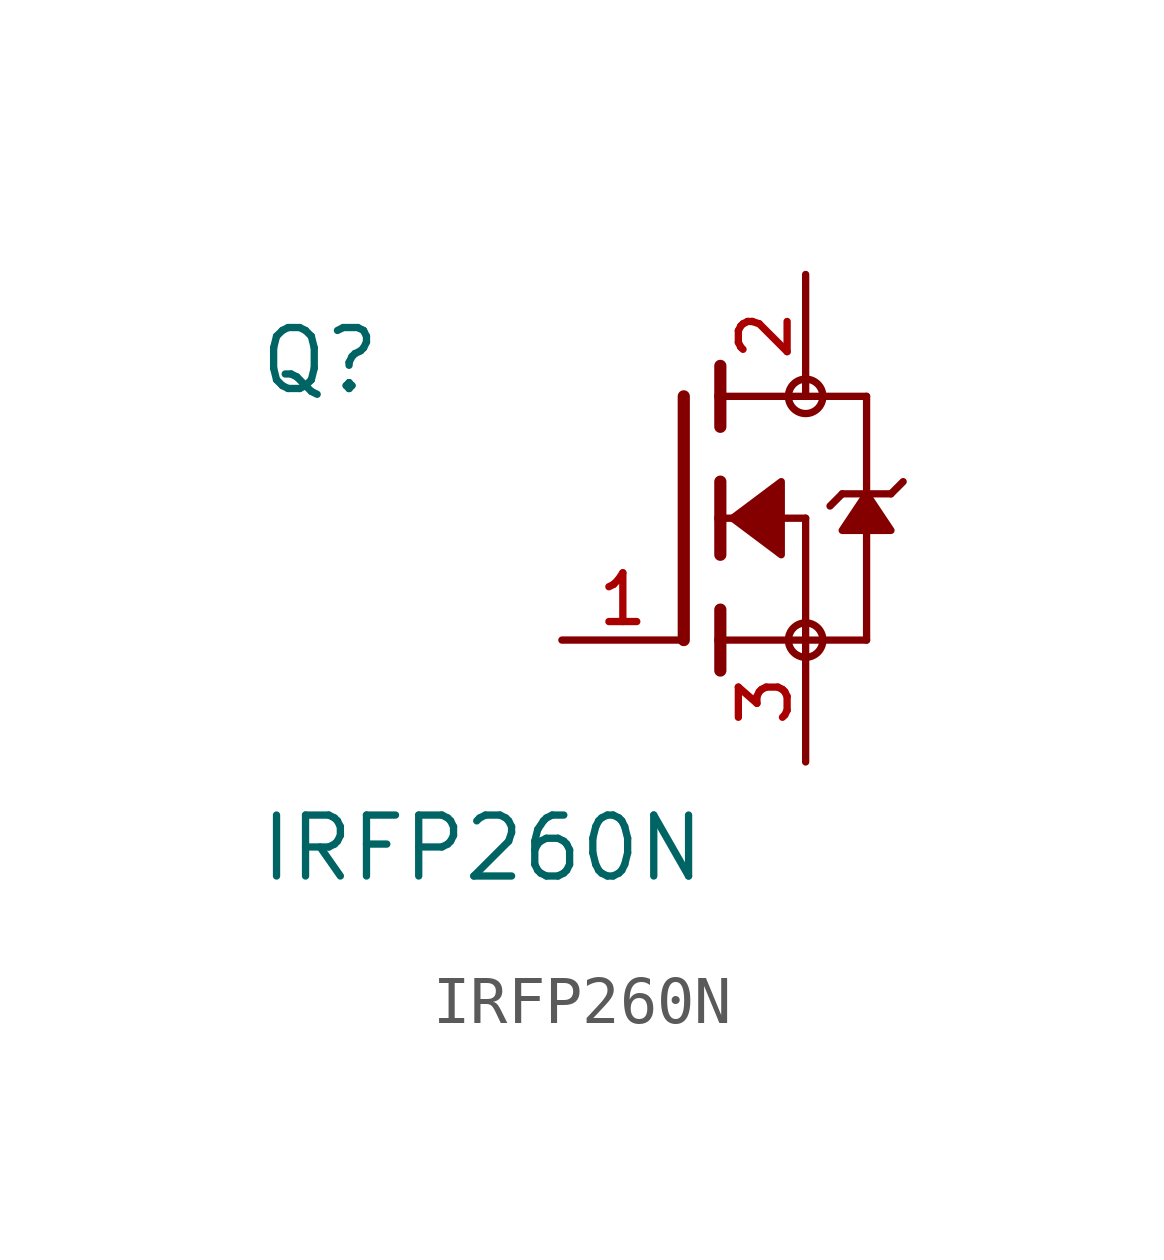
<source format=kicad_sym>
(kicad_symbol_lib
  (version 20211014)
  (generator kicad_symbol_editor)
  (symbol "IRFP260N"
    (pin_names
      (offset 1.016))
    (property "Reference" "Q"
      (at -8.89 2.54 0)
      (effects (font (size 1.27 1.27)) (justify bottom left)))
    (property "Value" "IRFP260N"
      (at -8.89 -7.62 0)
      (effects (font (size 1.27 1.27)) (justify bottom left)))
    (symbol "IRFP260N_0_0"
      (polyline (pts (xy 0.762 0.762) (xy 0.762 0.0)) (stroke (width 0.254)))
      (polyline (pts (xy 0.762 0.0) (xy 0.762 -0.762)) (stroke (width 0.254)))
      (polyline (pts (xy 0.762 3.175) (xy 0.762 2.54)) (stroke (width 0.254)))
      (polyline (pts (xy 0.762 2.54) (xy 0.762 1.905)) (stroke (width 0.254)))
      (polyline (pts (xy 0.762 0.0) (xy 2.54 0.0)) (stroke (width 0.152)))
      (polyline (pts (xy 2.54 0.0) (xy 2.54 -2.54)) (stroke (width 0.152)))
      (polyline (pts (xy 0.762 -1.905) (xy 0.762 -2.54)) (stroke (width 0.254)))
      (polyline (pts (xy 0.762 -2.54) (xy 0.762 -3.175)) (stroke (width 0.254)))
      (polyline (pts (xy 0.0 2.54) (xy 0.0 -2.54)) (stroke (width 0.254)))
      (polyline (pts (xy 2.54 -2.54) (xy 0.762 -2.54)) (stroke (width 0.152)))
      (polyline (pts (xy 3.81 2.54) (xy 3.81 0.508)) (stroke (width 0.152)))
      (polyline (pts (xy 3.81 0.508) (xy 3.81 -2.54)) (stroke (width 0.152)))
      (polyline (pts (xy 2.54 -2.54) (xy 3.81 -2.54)) (stroke (width 0.152)))
      (polyline (pts (xy 0.762 2.54) (xy 3.81 2.54)) (stroke (width 0.152)))
      (polyline (pts (xy 4.572 0.762) (xy 4.318 0.508)) (stroke (width 0.152)))
      (polyline (pts (xy 4.318 0.508) (xy 3.81 0.508)) (stroke (width 0.152)))
      (polyline (pts (xy 3.81 0.508) (xy 3.302 0.508)) (stroke (width 0.152)))
      (polyline (pts (xy 3.302 0.508) (xy 3.048 0.254)) (stroke (width 0.152)))
      (circle (center 2.54 -2.54) (radius 0.359) (stroke (width 0.0)) (fill (type none)))
      (circle (center 2.54 2.54) (radius 0.359) (stroke (width 0.0)) (fill (type none)))
      (polyline (pts (xy 3.81 0.508) (xy 3.302 -0.254) (xy 4.318 -0.254) (xy 3.81 0.508)) (stroke (width 0.152)) (fill (type outline)))
      (polyline (pts (xy 1.016 0.0) (xy 2.032 0.762) (xy 2.032 -0.762) (xy 1.016 0.0)) (stroke (width 0.152)) (fill (type outline)))
      (pin passive line (at 2.54 -5.08 90.0) (length 2.54) (name "~" (effects (font (size 1.016 1.016)))) (number "3" (effects (font (size 1.016 1.016)))))
      (pin passive line (at -2.54 -2.54 0) (length 2.54) (name "~" (effects (font (size 1.016 1.016)))) (number "1" (effects (font (size 1.016 1.016)))))
      (pin passive line (at 2.54 5.08 270.0) (length 2.54) (name "~" (effects (font (size 1.016 1.016)))) (number "2" (effects (font (size 1.016 1.016))))))))
</source>
